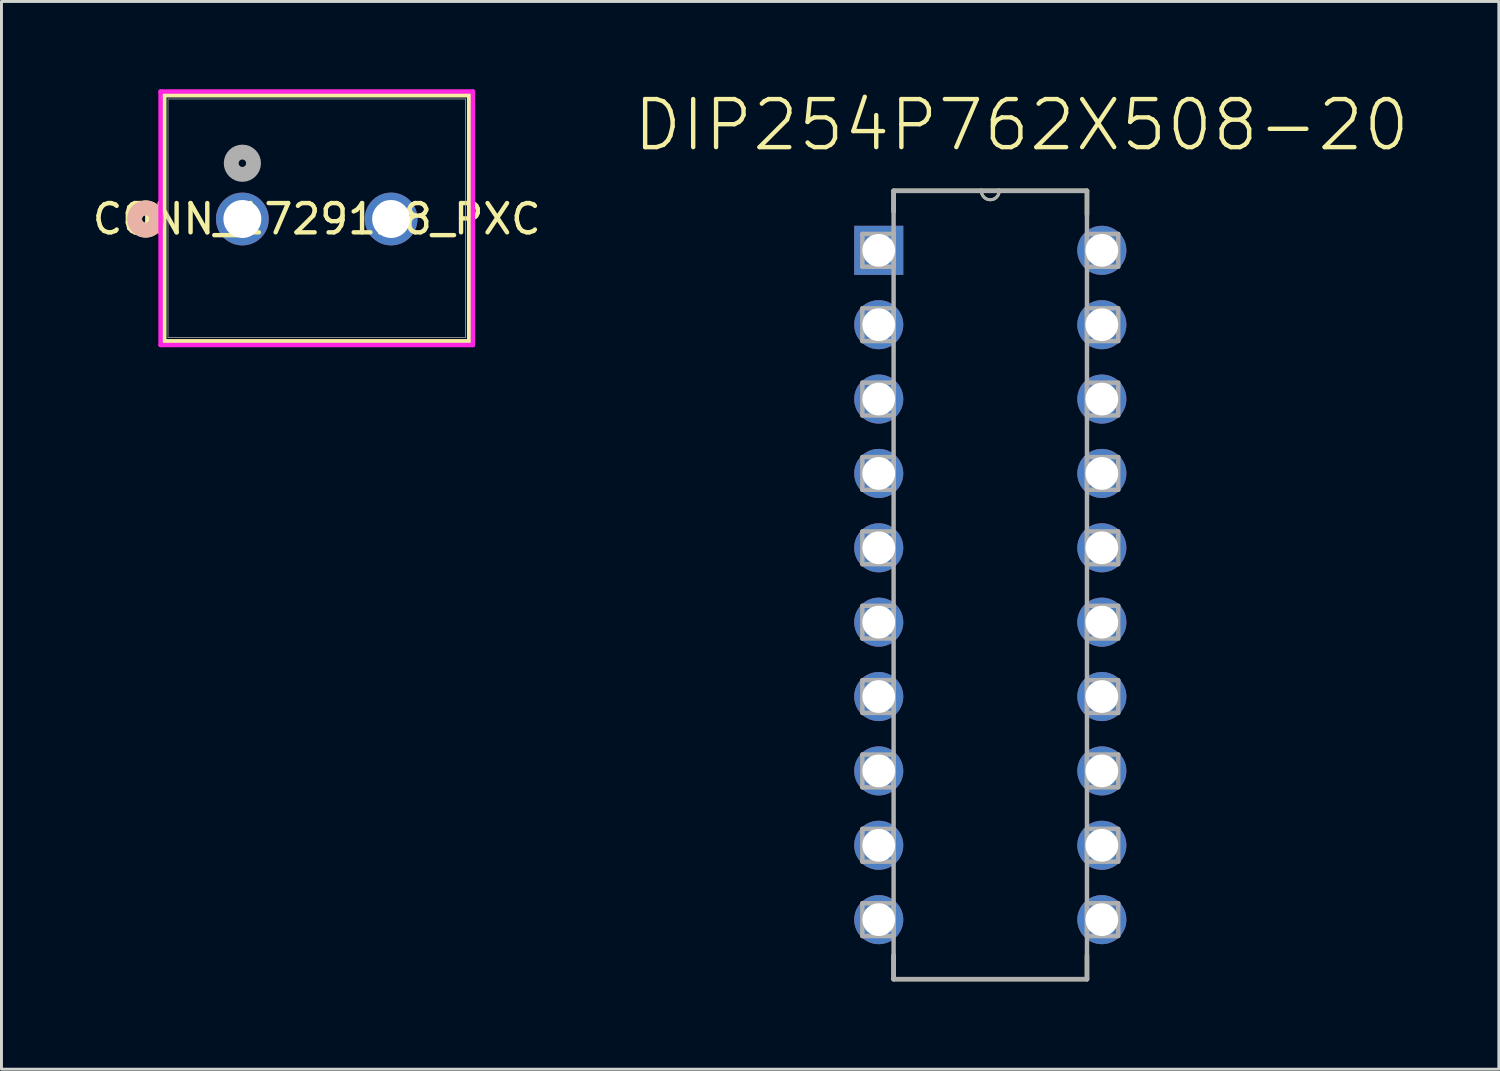
<source format=kicad_pcb>
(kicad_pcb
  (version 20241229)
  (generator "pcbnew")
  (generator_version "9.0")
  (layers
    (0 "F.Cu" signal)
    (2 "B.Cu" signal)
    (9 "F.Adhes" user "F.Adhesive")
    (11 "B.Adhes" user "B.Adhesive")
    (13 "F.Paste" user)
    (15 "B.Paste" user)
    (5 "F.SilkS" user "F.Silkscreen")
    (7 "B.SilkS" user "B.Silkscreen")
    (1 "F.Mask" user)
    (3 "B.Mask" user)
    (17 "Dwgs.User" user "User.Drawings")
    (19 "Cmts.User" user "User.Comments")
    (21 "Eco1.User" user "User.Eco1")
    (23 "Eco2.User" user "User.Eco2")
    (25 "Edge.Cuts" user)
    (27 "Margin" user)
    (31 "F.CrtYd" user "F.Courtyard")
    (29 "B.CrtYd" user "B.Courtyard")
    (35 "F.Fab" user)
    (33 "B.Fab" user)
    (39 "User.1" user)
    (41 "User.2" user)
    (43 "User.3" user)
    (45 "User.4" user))
  (footprint "DIP254P762X508-20"
    (layer "F.Cu")
    (at 34.583 28.36)
    (property "Reference" "DIP254P762X508-20" (at -2.744 -27.137 0) (layer "F.SilkS") (effects (font (size 1.641 1.641) (thickness 0.15))))
    (attr through_hole)
    (fp_line (start -7.112 -24.892) (end -7.112 -24.181) (stroke (width 0.152) (type solid)) (layer "F.SilkS"))
    (fp_line (start -7.112 1.219) (end -7.112 2.032) (stroke (width 0.152) (type solid)) (layer "F.SilkS"))
    (fp_line (start -7.112 2.032) (end -0.508 2.032) (stroke (width 0.152) (type solid)) (layer "F.SilkS"))
    (fp_line (start -4.115 -24.892) (end -7.112 -24.892) (stroke (width 0.152) (type solid)) (layer "F.SilkS"))
    (fp_line (start -3.505 -24.892) (end -4.115 -24.892) (stroke (width 0.152) (type solid)) (layer "F.SilkS"))
    (fp_line (start -0.508 -24.892) (end -3.505 -24.892) (stroke (width 0.152) (type solid)) (layer "F.SilkS"))
    (fp_line (start -0.508 -24.079) (end -0.508 -24.892) (stroke (width 0.152) (type solid)) (layer "F.SilkS"))
    (fp_line (start -0.508 2.032) (end -0.508 1.219) (stroke (width 0.152) (type solid)) (layer "F.SilkS"))
    (fp_arc (start -3.5052 -24.892) (mid -3.81 -24.5872) (end -4.1148 -24.892) (stroke (width 0.1) (type solid)) (layer "F.SilkS"))
    (fp_line (start -8.179 -23.419) (end -8.179 -22.301) (stroke (width 0.152) (type solid)) (layer "F.Fab"))
    (fp_line (start -8.179 -22.301) (end -7.112 -22.301) (stroke (width 0.152) (type solid)) (layer "F.Fab"))
    (fp_line (start -8.179 -20.879) (end -8.179 -19.761) (stroke (width 0.152) (type solid)) (layer "F.Fab"))
    (fp_line (start -8.179 -19.761) (end -7.112 -19.761) (stroke (width 0.152) (type solid)) (layer "F.Fab"))
    (fp_line (start -8.179 -18.339) (end -8.179 -17.221) (stroke (width 0.152) (type solid)) (layer "F.Fab"))
    (fp_line (start -8.179 -17.221) (end -7.112 -17.221) (stroke (width 0.152) (type solid)) (layer "F.Fab"))
    (fp_line (start -8.179 -15.799) (end -8.179 -14.681) (stroke (width 0.152) (type solid)) (layer "F.Fab"))
    (fp_line (start -8.179 -14.681) (end -7.112 -14.681) (stroke (width 0.152) (type solid)) (layer "F.Fab"))
    (fp_line (start -8.179 -13.259) (end -8.179 -12.141) (stroke (width 0.152) (type solid)) (layer "F.Fab"))
    (fp_line (start -8.179 -12.141) (end -7.112 -12.141) (stroke (width 0.152) (type solid)) (layer "F.Fab"))
    (fp_line (start -8.179 -10.719) (end -8.179 -9.601) (stroke (width 0.152) (type solid)) (layer "F.Fab"))
    (fp_line (start -8.179 -9.601) (end -7.112 -9.601) (stroke (width 0.152) (type solid)) (layer "F.Fab"))
    (fp_line (start -8.179 -8.179) (end -8.179 -7.061) (stroke (width 0.152) (type solid)) (layer "F.Fab"))
    (fp_line (start -8.179 -7.061) (end -7.112 -7.061) (stroke (width 0.152) (type solid)) (layer "F.Fab"))
    (fp_line (start -8.179 -5.639) (end -8.179 -4.521) (stroke (width 0.152) (type solid)) (layer "F.Fab"))
    (fp_line (start -8.179 -4.521) (end -7.112 -4.521) (stroke (width 0.152) (type solid)) (layer "F.Fab"))
    (fp_line (start -8.179 -3.099) (end -8.179 -1.981) (stroke (width 0.152) (type solid)) (layer "F.Fab"))
    (fp_line (start -8.179 -1.981) (end -7.112 -1.981) (stroke (width 0.152) (type solid)) (layer "F.Fab"))
    (fp_line (start -8.179 -0.559) (end -8.179 0.559) (stroke (width 0.152) (type solid)) (layer "F.Fab"))
    (fp_line (start -8.179 0.559) (end -7.112 0.559) (stroke (width 0.152) (type solid)) (layer "F.Fab"))
    (fp_line (start -7.112 -24.892) (end -7.112 2.032) (stroke (width 0.152) (type solid)) (layer "F.Fab"))
    (fp_line (start -7.112 -23.419) (end -8.179 -23.419) (stroke (width 0.152) (type solid)) (layer "F.Fab"))
    (fp_line (start -7.112 -22.301) (end -7.112 -23.419) (stroke (width 0.152) (type solid)) (layer "F.Fab"))
    (fp_line (start -7.112 -20.879) (end -8.179 -20.879) (stroke (width 0.152) (type solid)) (layer "F.Fab"))
    (fp_line (start -7.112 -19.761) (end -7.112 -20.879) (stroke (width 0.152) (type solid)) (layer "F.Fab"))
    (fp_line (start -7.112 -18.339) (end -8.179 -18.339) (stroke (width 0.152) (type solid)) (layer "F.Fab"))
    (fp_line (start -7.112 -17.221) (end -7.112 -18.339) (stroke (width 0.152) (type solid)) (layer "F.Fab"))
    (fp_line (start -7.112 -15.799) (end -8.179 -15.799) (stroke (width 0.152) (type solid)) (layer "F.Fab"))
    (fp_line (start -7.112 -14.681) (end -7.112 -15.799) (stroke (width 0.152) (type solid)) (layer "F.Fab"))
    (fp_line (start -7.112 -13.259) (end -8.179 -13.259) (stroke (width 0.152) (type solid)) (layer "F.Fab"))
    (fp_line (start -7.112 -12.141) (end -7.112 -13.259) (stroke (width 0.152) (type solid)) (layer "F.Fab"))
    (fp_line (start -7.112 -10.719) (end -8.179 -10.719) (stroke (width 0.152) (type solid)) (layer "F.Fab"))
    (fp_line (start -7.112 -9.601) (end -7.112 -10.719) (stroke (width 0.152) (type solid)) (layer "F.Fab"))
    (fp_line (start -7.112 -8.179) (end -8.179 -8.179) (stroke (width 0.152) (type solid)) (layer "F.Fab"))
    (fp_line (start -7.112 -7.061) (end -7.112 -8.179) (stroke (width 0.152) (type solid)) (layer "F.Fab"))
    (fp_line (start -7.112 -5.639) (end -8.179 -5.639) (stroke (width 0.152) (type solid)) (layer "F.Fab"))
    (fp_line (start -7.112 -4.521) (end -7.112 -5.639) (stroke (width 0.152) (type solid)) (layer "F.Fab"))
    (fp_line (start -7.112 -3.099) (end -8.179 -3.099) (stroke (width 0.152) (type solid)) (layer "F.Fab"))
    (fp_line (start -7.112 -1.981) (end -7.112 -3.099) (stroke (width 0.152) (type solid)) (layer "F.Fab"))
    (fp_line (start -7.112 -0.559) (end -8.179 -0.559) (stroke (width 0.152) (type solid)) (layer "F.Fab"))
    (fp_line (start -7.112 0.559) (end -7.112 -0.559) (stroke (width 0.152) (type solid)) (layer "F.Fab"))
    (fp_line (start -7.112 2.032) (end -0.508 2.032) (stroke (width 0.152) (type solid)) (layer "F.Fab"))
    (fp_line (start -4.115 -24.892) (end -7.112 -24.892) (stroke (width 0.152) (type solid)) (layer "F.Fab"))
    (fp_line (start -3.505 -24.892) (end -4.115 -24.892) (stroke (width 0.152) (type solid)) (layer "F.Fab"))
    (fp_line (start -0.508 -24.892) (end -3.505 -24.892) (stroke (width 0.152) (type solid)) (layer "F.Fab"))
    (fp_line (start -0.508 -23.419) (end -0.508 -22.301) (stroke (width 0.152) (type solid)) (layer "F.Fab"))
    (fp_line (start -0.508 -22.301) (end 0.559 -22.301) (stroke (width 0.152) (type solid)) (layer "F.Fab"))
    (fp_line (start -0.508 -20.879) (end -0.508 -19.761) (stroke (width 0.152) (type solid)) (layer "F.Fab"))
    (fp_line (start -0.508 -19.761) (end 0.559 -19.761) (stroke (width 0.152) (type solid)) (layer "F.Fab"))
    (fp_line (start -0.508 -18.339) (end -0.508 -17.221) (stroke (width 0.152) (type solid)) (layer "F.Fab"))
    (fp_line (start -0.508 -17.221) (end 0.559 -17.221) (stroke (width 0.152) (type solid)) (layer "F.Fab"))
    (fp_line (start -0.508 -15.799) (end -0.508 -14.681) (stroke (width 0.152) (type solid)) (layer "F.Fab"))
    (fp_line (start -0.508 -14.681) (end 0.559 -14.681) (stroke (width 0.152) (type solid)) (layer "F.Fab"))
    (fp_line (start -0.508 -13.259) (end -0.508 -12.141) (stroke (width 0.152) (type solid)) (layer "F.Fab"))
    (fp_line (start -0.508 -12.141) (end 0.559 -12.141) (stroke (width 0.152) (type solid)) (layer "F.Fab"))
    (fp_line (start -0.508 -10.719) (end -0.508 -9.601) (stroke (width 0.152) (type solid)) (layer "F.Fab"))
    (fp_line (start -0.508 -9.601) (end 0.559 -9.601) (stroke (width 0.152) (type solid)) (layer "F.Fab"))
    (fp_line (start -0.508 -8.179) (end -0.508 -7.061) (stroke (width 0.152) (type solid)) (layer "F.Fab"))
    (fp_line (start -0.508 -7.061) (end 0.559 -7.061) (stroke (width 0.152) (type solid)) (layer "F.Fab"))
    (fp_line (start -0.508 -5.639) (end -0.508 -4.521) (stroke (width 0.152) (type solid)) (layer "F.Fab"))
    (fp_line (start -0.508 -4.521) (end 0.559 -4.521) (stroke (width 0.152) (type solid)) (layer "F.Fab"))
    (fp_line (start -0.508 -3.099) (end -0.508 -1.981) (stroke (width 0.152) (type solid)) (layer "F.Fab"))
    (fp_line (start -0.508 -1.981) (end 0.559 -1.981) (stroke (width 0.152) (type solid)) (layer "F.Fab"))
    (fp_line (start -0.508 -0.559) (end -0.508 0.559) (stroke (width 0.152) (type solid)) (layer "F.Fab"))
    (fp_line (start -0.508 0.559) (end 0.559 0.559) (stroke (width 0.152) (type solid)) (layer "F.Fab"))
    (fp_line (start -0.508 2.032) (end -0.508 -24.892) (stroke (width 0.152) (type solid)) (layer "F.Fab"))
    (fp_line (start 0.559 -23.419) (end -0.508 -23.419) (stroke (width 0.152) (type solid)) (layer "F.Fab"))
    (fp_line (start 0.559 -22.301) (end 0.559 -23.419) (stroke (width 0.152) (type solid)) (layer "F.Fab"))
    (fp_line (start 0.559 -20.879) (end -0.508 -20.879) (stroke (width 0.152) (type solid)) (layer "F.Fab"))
    (fp_line (start 0.559 -19.761) (end 0.559 -20.879) (stroke (width 0.152) (type solid)) (layer "F.Fab"))
    (fp_line (start 0.559 -18.339) (end -0.508 -18.339) (stroke (width 0.152) (type solid)) (layer "F.Fab"))
    (fp_line (start 0.559 -17.221) (end 0.559 -18.339) (stroke (width 0.152) (type solid)) (layer "F.Fab"))
    (fp_line (start 0.559 -15.799) (end -0.508 -15.799) (stroke (width 0.152) (type solid)) (layer "F.Fab"))
    (fp_line (start 0.559 -14.681) (end 0.559 -15.799) (stroke (width 0.152) (type solid)) (layer "F.Fab"))
    (fp_line (start 0.559 -13.259) (end -0.508 -13.259) (stroke (width 0.152) (type solid)) (layer "F.Fab"))
    (fp_line (start 0.559 -12.141) (end 0.559 -13.259) (stroke (width 0.152) (type solid)) (layer "F.Fab"))
    (fp_line (start 0.559 -10.719) (end -0.508 -10.719) (stroke (width 0.152) (type solid)) (layer "F.Fab"))
    (fp_line (start 0.559 -9.601) (end 0.559 -10.719) (stroke (width 0.152) (type solid)) (layer "F.Fab"))
    (fp_line (start 0.559 -8.179) (end -0.508 -8.179) (stroke (width 0.152) (type solid)) (layer "F.Fab"))
    (fp_line (start 0.559 -7.061) (end 0.559 -8.179) (stroke (width 0.152) (type solid)) (layer "F.Fab"))
    (fp_line (start 0.559 -5.639) (end -0.508 -5.639) (stroke (width 0.152) (type solid)) (layer "F.Fab"))
    (fp_line (start 0.559 -4.521) (end 0.559 -5.639) (stroke (width 0.152) (type solid)) (layer "F.Fab"))
    (fp_line (start 0.559 -3.099) (end -0.508 -3.099) (stroke (width 0.152) (type solid)) (layer "F.Fab"))
    (fp_line (start 0.559 -1.981) (end 0.559 -3.099) (stroke (width 0.152) (type solid)) (layer "F.Fab"))
    (fp_line (start 0.559 -0.559) (end -0.508 -0.559) (stroke (width 0.152) (type solid)) (layer "F.Fab"))
    (fp_line (start 0.559 0.559) (end 0.559 -0.559) (stroke (width 0.152) (type solid)) (layer "F.Fab"))
    (fp_arc (start -3.5052 -24.892) (mid -3.81 -24.5872) (end -4.1148 -24.892) (stroke (width 0.1) (type solid)) (layer "F.Fab"))
    (pad "1" thru_hole rect (at -7.62 -22.86) (size 1.676 1.676) (drill 1.118) (layers "*.Cu" "*.Mask"))
    (pad "2" thru_hole circle (at -7.62 -20.32) (size 1.676 1.676) (drill 1.118) (layers "*.Cu" "*.Mask"))
    (pad "3" thru_hole circle (at -7.62 -17.78) (size 1.676 1.676) (drill 1.118) (layers "*.Cu" "*.Mask"))
    (pad "4" thru_hole circle (at -7.62 -15.24) (size 1.676 1.676) (drill 1.118) (layers "*.Cu" "*.Mask"))
    (pad "5" thru_hole circle (at -7.62 -12.7) (size 1.676 1.676) (drill 1.118) (layers "*.Cu" "*.Mask"))
    (pad "6" thru_hole circle (at -7.62 -10.16) (size 1.676 1.676) (drill 1.118) (layers "*.Cu" "*.Mask"))
    (pad "7" thru_hole circle (at -7.62 -7.62) (size 1.676 1.676) (drill 1.118) (layers "*.Cu" "*.Mask"))
    (pad "8" thru_hole circle (at -7.62 -5.08) (size 1.676 1.676) (drill 1.118) (layers "*.Cu" "*.Mask"))
    (pad "9" thru_hole circle (at -7.62 -2.54) (size 1.676 1.676) (drill 1.118) (layers "*.Cu" "*.Mask"))
    (pad "10" thru_hole circle (at -7.62 0) (size 1.676 1.676) (drill 1.118) (layers "*.Cu" "*.Mask"))
    (pad "11" thru_hole circle (at 0 0) (size 1.676 1.676) (drill 1.118) (layers "*.Cu" "*.Mask"))
    (pad "12" thru_hole circle (at 0 -2.54) (size 1.676 1.676) (drill 1.118) (layers "*.Cu" "*.Mask"))
    (pad "13" thru_hole circle (at 0 -5.08) (size 1.676 1.676) (drill 1.118) (layers "*.Cu" "*.Mask"))
    (pad "14" thru_hole circle (at 0 -7.62) (size 1.676 1.676) (drill 1.118) (layers "*.Cu" "*.Mask"))
    (pad "15" thru_hole circle (at 0 -10.16) (size 1.676 1.676) (drill 1.118) (layers "*.Cu" "*.Mask"))
    (pad "16" thru_hole circle (at 0 -12.7) (size 1.676 1.676) (drill 1.118) (layers "*.Cu" "*.Mask"))
    (pad "17" thru_hole circle (at 0 -15.24) (size 1.676 1.676) (drill 1.118) (layers "*.Cu" "*.Mask"))
    (pad "18" thru_hole circle (at 0 -17.78) (size 1.676 1.676) (drill 1.118) (layers "*.Cu" "*.Mask"))
    (pad "19" thru_hole circle (at 0 -20.32) (size 1.676 1.676) (drill 1.118) (layers "*.Cu" "*.Mask"))
    (pad "20" thru_hole circle (at 0 -22.86) (size 1.676 1.676) (drill 1.118) (layers "*.Cu" "*.Mask")))
  (footprint "CONN_1729128_PXC"
    (layer "F.Cu")
    (at 5.228 4.43)
    (property "Reference" "CONN_1729128_PXC" (at 2.54 0 0) (unlocked yes) (layer "F.SilkS") (effects (font (size 1 1) (thickness 0.15))))
    (attr through_hole)
    (fp_line (start -2.667 -4.227) (end -2.667 4.177) (stroke (width 0.152) (type solid)) (layer "F.SilkS"))
    (fp_line (start -2.667 4.177) (end 7.747 4.177) (stroke (width 0.152) (type solid)) (layer "F.SilkS"))
    (fp_line (start 7.747 -4.227) (end -2.667 -4.227) (stroke (width 0.152) (type solid)) (layer "F.SilkS"))
    (fp_line (start 7.747 4.177) (end 7.747 -4.227) (stroke (width 0.152) (type solid)) (layer "F.SilkS"))
    (fp_circle (center -3.302 0) (end -2.921 0) (stroke (width 0.508) (type solid)) (fill no) (layer "F.SilkS"))
    (fp_circle (center -3.302 0) (end -2.921 0) (stroke (width 0.508) (type solid)) (fill no) (layer "B.SilkS"))
    (fp_line (start -2.794 -4.354) (end -2.794 4.304) (stroke (width 0.152) (type solid)) (layer "F.CrtYd"))
    (fp_line (start -2.794 4.304) (end 7.874 4.304) (stroke (width 0.152) (type solid)) (layer "F.CrtYd"))
    (fp_line (start 7.874 -4.354) (end -2.794 -4.354) (stroke (width 0.152) (type solid)) (layer "F.CrtYd"))
    (fp_line (start 7.874 4.304) (end 7.874 -4.354) (stroke (width 0.152) (type solid)) (layer "F.CrtYd"))
    (fp_line (start -2.54 -4.1) (end -2.54 4.05) (stroke (width 0.025) (type solid)) (layer "F.Fab"))
    (fp_line (start -2.54 4.05) (end 7.62 4.05) (stroke (width 0.025) (type solid)) (layer "F.Fab"))
    (fp_line (start 7.62 -4.1) (end -2.54 -4.1) (stroke (width 0.025) (type solid)) (layer "F.Fab"))
    (fp_line (start 7.62 4.05) (end 7.62 -4.1) (stroke (width 0.025) (type solid)) (layer "F.Fab"))
    (fp_circle (center 0 -1.905) (end 0.381 -1.905) (stroke (width 0.508) (type solid)) (fill no) (layer "F.Fab"))
    (pad "1" thru_hole circle (at 0 0) (size 1.803 1.803) (drill 1.295) (layers "*.Cu" "*.Mask"))
    (pad "2" thru_hole circle (at 5.08 0) (size 1.803 1.803) (drill 1.295) (layers "*.Cu" "*.Mask")))
  (gr_rect
    (start -3 -3)
    (end 48.142 33.468)
    (stroke (width 0.1) (type default))
    (fill no)
    (layer "Edge.Cuts")))
</source>
